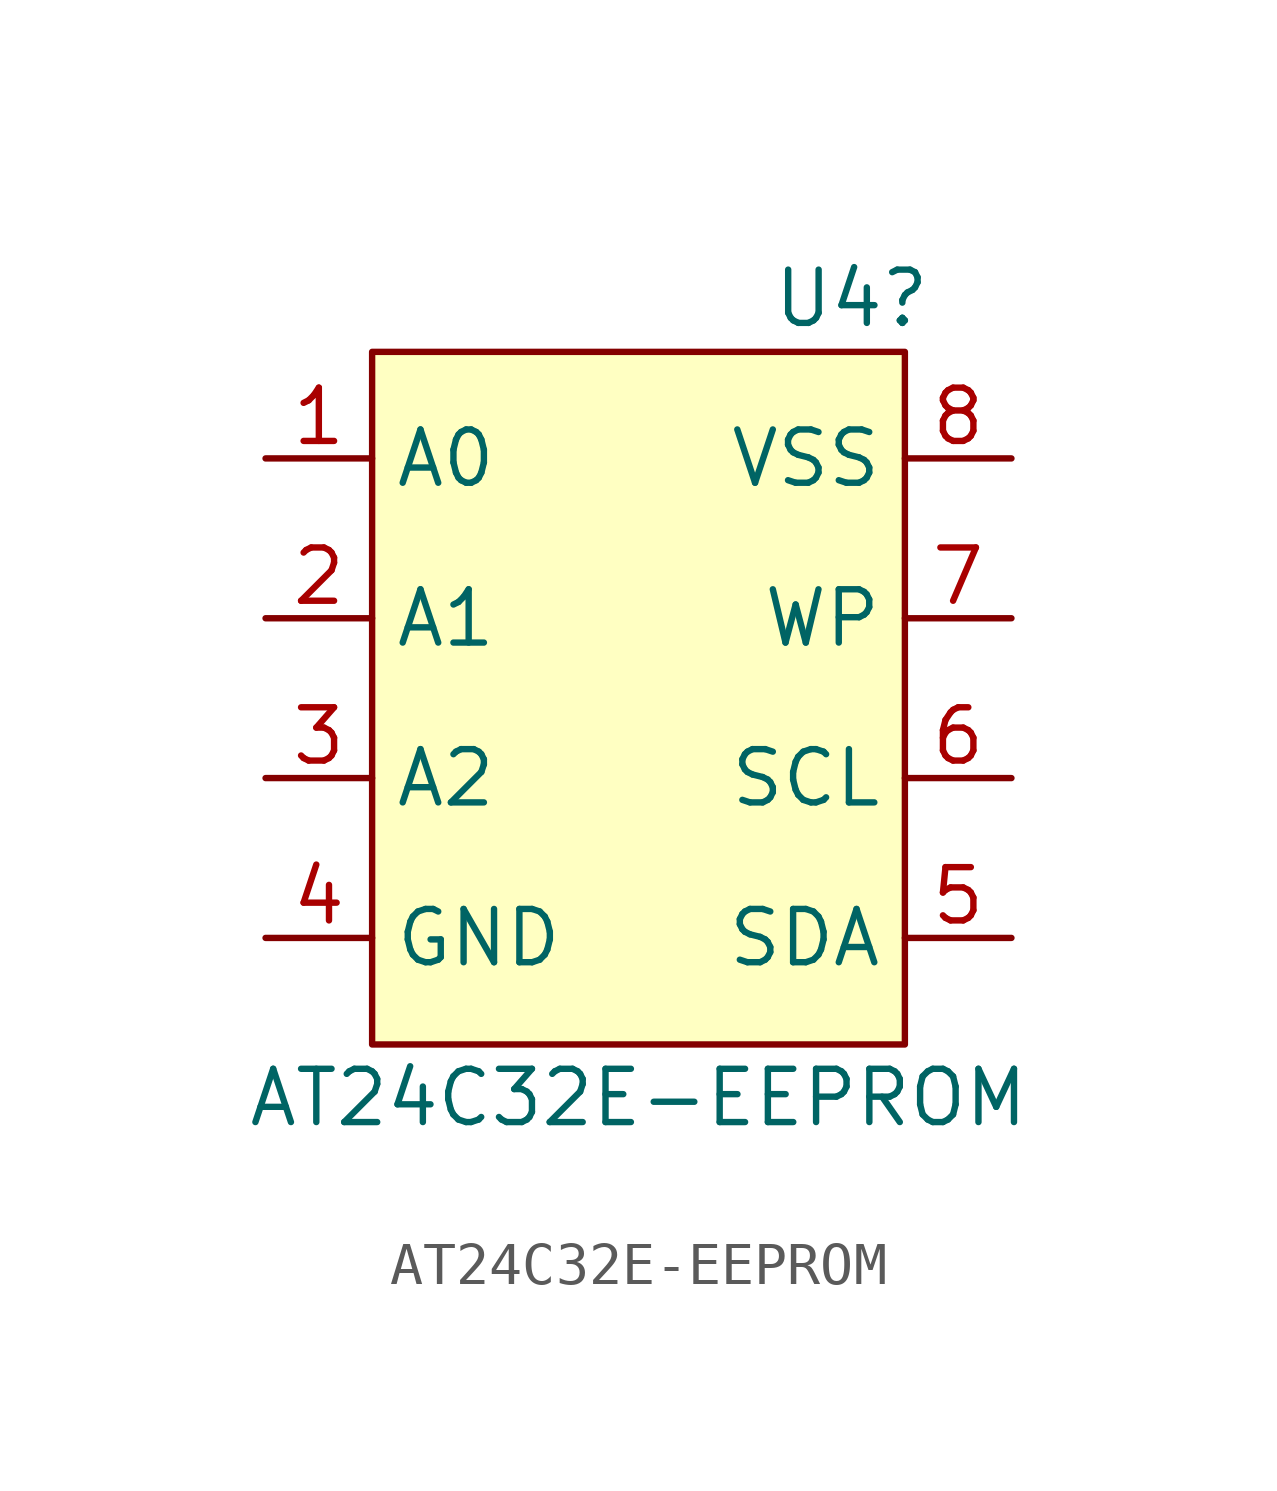
<source format=kicad_sym>
(kicad_symbol_lib
  (version 20220914)
  (generator kicad_symbol_editor)
  (symbol "AT24C32E-EEPROM"
    (property "Reference" "U4"
      (at 5.08 8.89 0)
      (effects (font (size 1.27 1.27))))
    (property "Value" "AT24C32E-EEPROM"
      (at 0 -10.16 0)
      (effects (font (size 1.27 1.27))))
    (symbol "AT24C32E-EEPROM_1_0"
      (pin bidirectional line (at -8.89 5.08 0) (length 2.54) (name "A0" (effects (font (size 1.27 1.27)))) (number "1" (effects (font (size 1.27 1.27)))))
      (pin bidirectional line (at -8.89 1.27 0) (length 2.54) (name "A1" (effects (font (size 1.27 1.27)))) (number "2" (effects (font (size 1.27 1.27)))))
      (pin bidirectional line (at -8.89 -2.54 0) (length 2.54) (name "A2" (effects (font (size 1.27 1.27)))) (number "3" (effects (font (size 1.27 1.27)))))
      (pin bidirectional line (at -8.89 -6.35 0) (length 2.54) (name "GND" (effects (font (size 1.27 1.27)))) (number "4" (effects (font (size 1.27 1.27)))))
      (pin bidirectional line (at 8.89 -6.35 180) (length 2.54) (name "SDA" (effects (font (size 1.27 1.27)))) (number "5" (effects (font (size 1.27 1.27)))))
      (pin bidirectional line (at 8.89 -2.54 180) (length 2.54) (name "SCL" (effects (font (size 1.27 1.27)))) (number "6" (effects (font (size 1.27 1.27)))))
      (pin bidirectional line (at 8.89 1.27 180) (length 2.54) (name "WP" (effects (font (size 1.27 1.27)))) (number "7" (effects (font (size 1.27 1.27)))))
      (pin bidirectional line (at 8.89 5.08 180) (length 2.54) (name "VSS" (effects (font (size 1.27 1.27)))) (number "8" (effects (font (size 1.27 1.27))))))
    (symbol "AT24C32E-EEPROM_1_1"
      (rectangle (start -6.35 7.62) (end 6.35 -8.89) (stroke (width 0) (type default)) (fill (type background))))))
</source>
